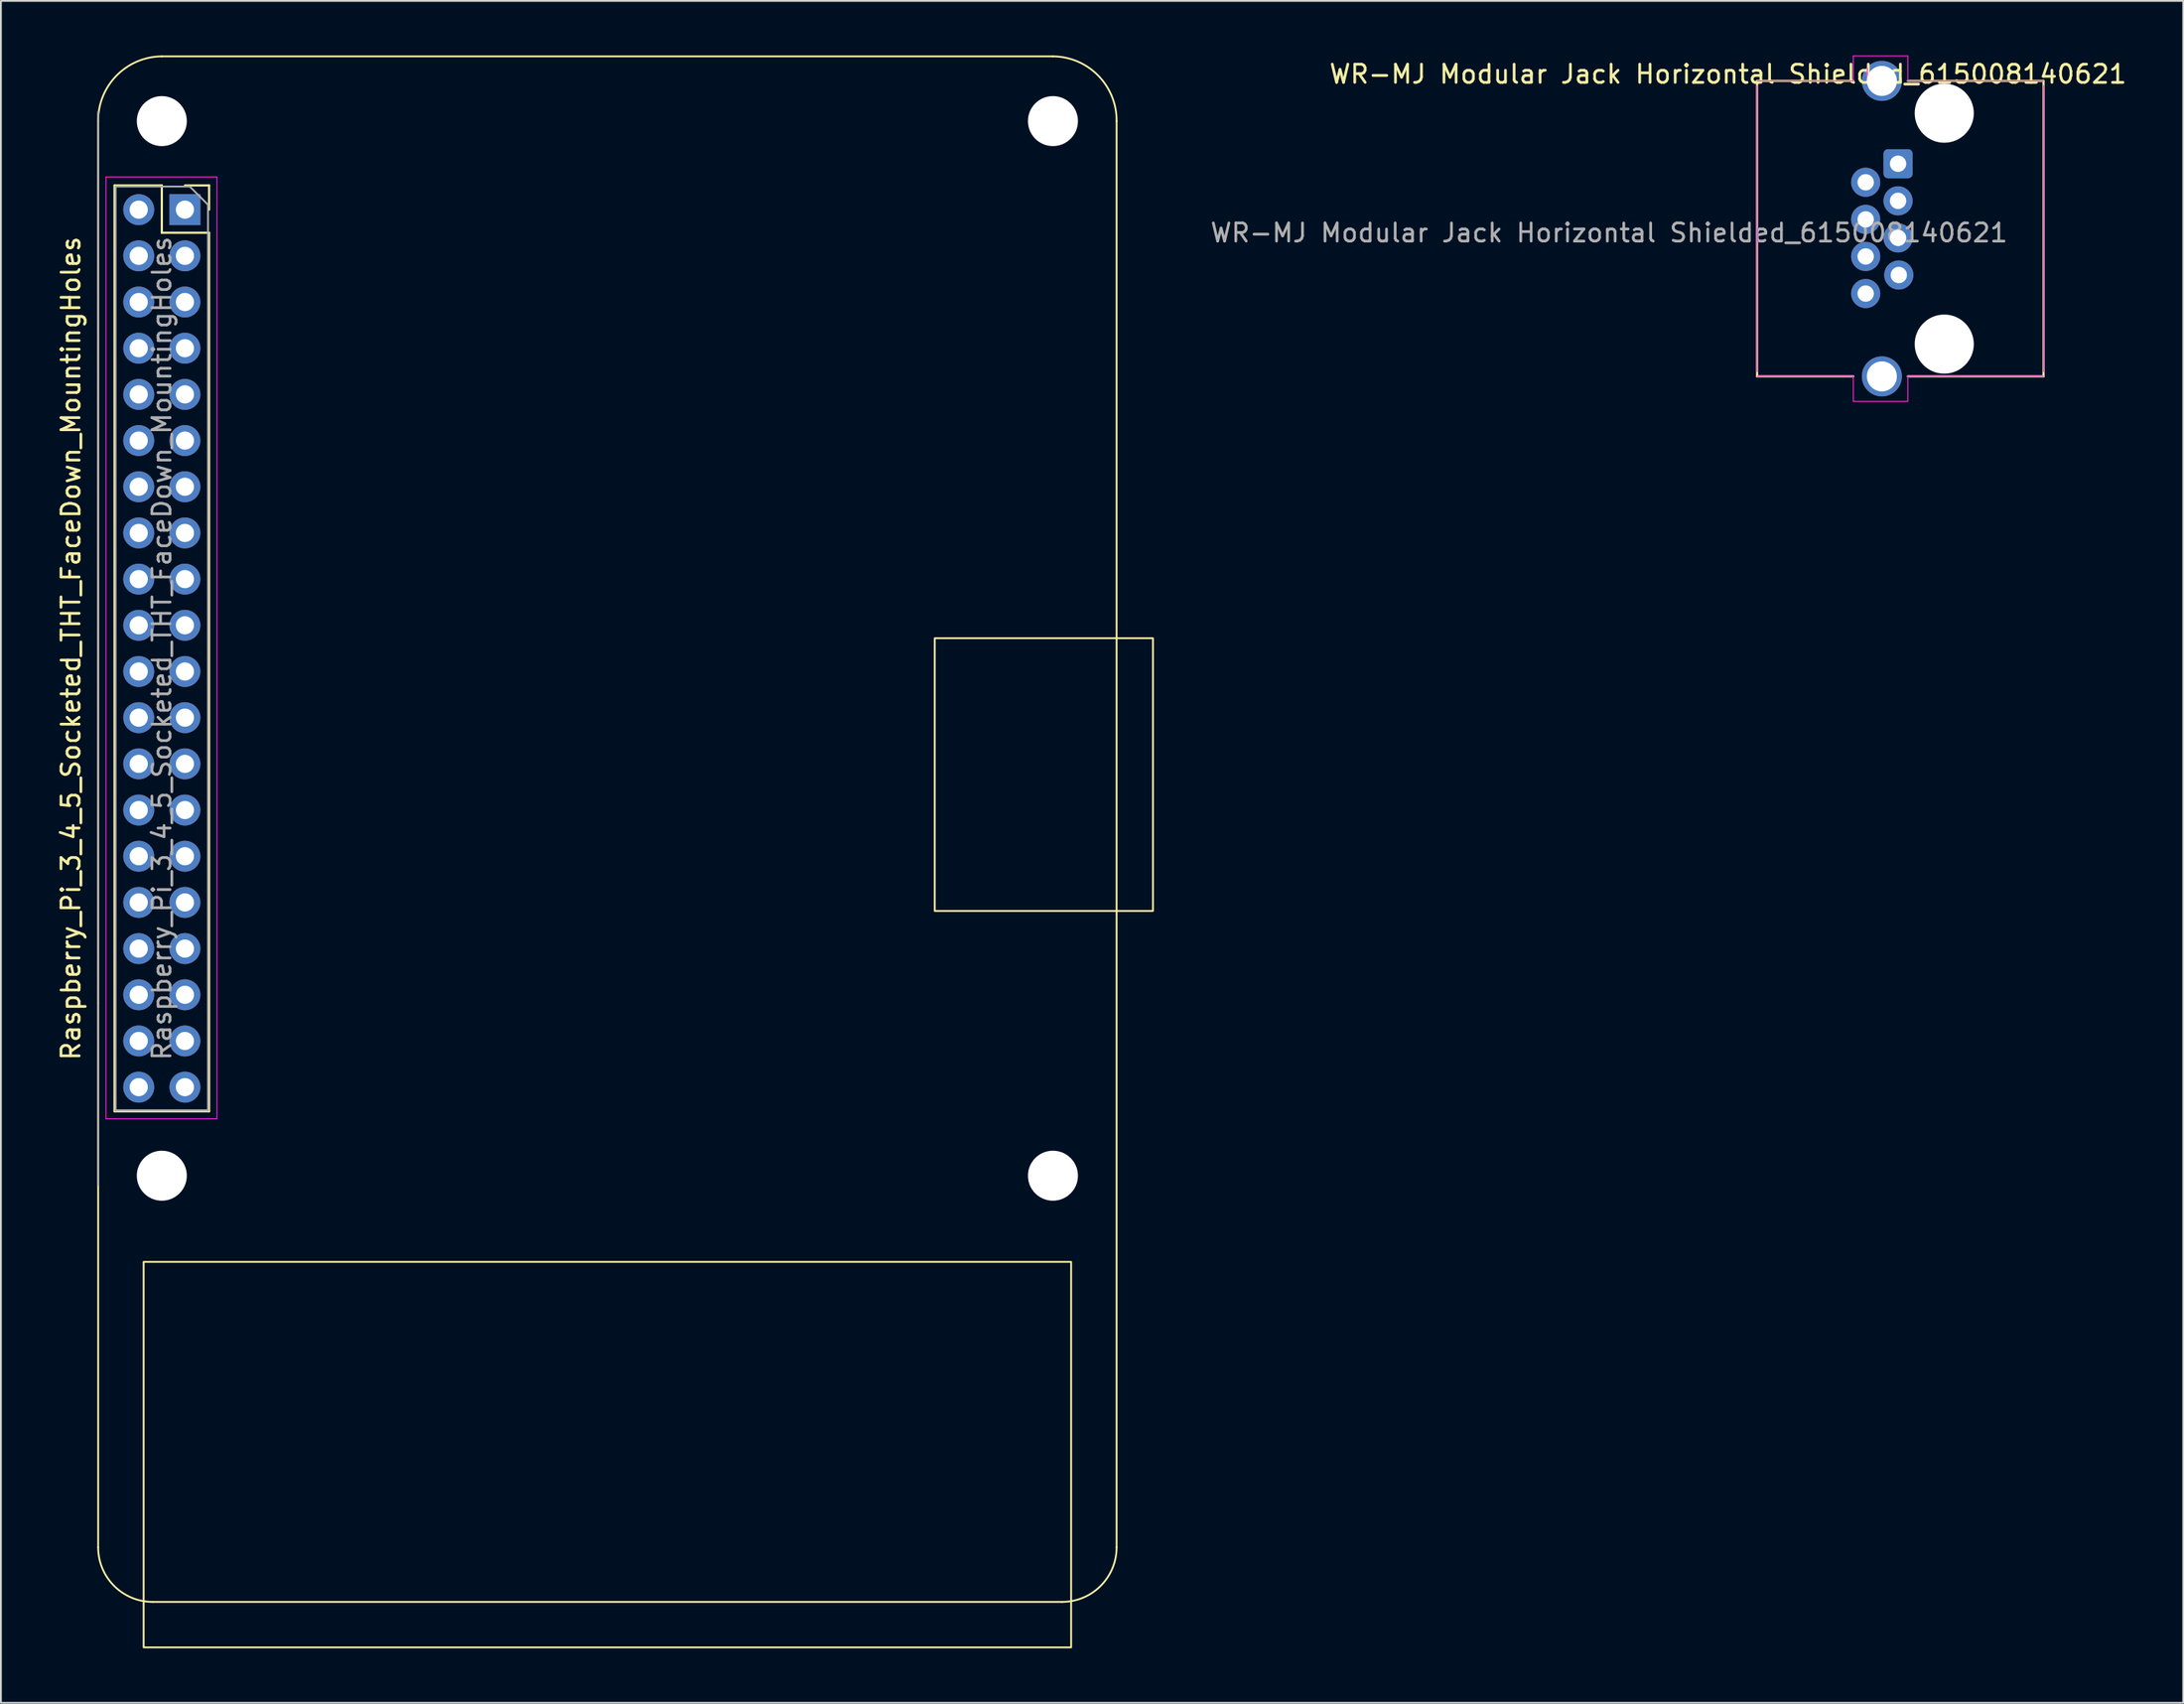
<source format=kicad_pcb>
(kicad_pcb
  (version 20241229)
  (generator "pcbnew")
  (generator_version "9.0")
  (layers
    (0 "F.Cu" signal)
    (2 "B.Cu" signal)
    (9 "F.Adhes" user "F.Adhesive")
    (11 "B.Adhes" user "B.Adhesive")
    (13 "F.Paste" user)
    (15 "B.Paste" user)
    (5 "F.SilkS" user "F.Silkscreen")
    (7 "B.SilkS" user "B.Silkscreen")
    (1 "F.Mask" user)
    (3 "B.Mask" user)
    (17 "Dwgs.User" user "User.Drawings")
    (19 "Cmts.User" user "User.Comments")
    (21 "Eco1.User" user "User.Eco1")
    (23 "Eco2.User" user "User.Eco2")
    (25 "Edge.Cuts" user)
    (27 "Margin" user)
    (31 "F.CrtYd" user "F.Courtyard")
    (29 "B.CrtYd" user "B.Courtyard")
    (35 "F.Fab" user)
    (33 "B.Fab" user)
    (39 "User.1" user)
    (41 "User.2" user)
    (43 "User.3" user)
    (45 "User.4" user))
  (footprint "Raspberry_Pi_3_4_5_Socketed_THT_FaceDown_MountingHoles"
    (layer "F.Cu")
    (at 7.118 8.48)
    (property "Reference" "Raspberry_Pi_3_4_5_Socketed_THT_FaceDown_MountingHoles" (at -6.27 24.13 90) (layer "F.SilkS") (effects (font (size 1 1) (thickness 0.15))))
    (attr through_hole)
    (fp_line (start -4.77 43.63) (end -4.77 43.63) (stroke (width 0.1) (type default)) (layer "F.SilkS"))
    (fp_line (start -4.77 73.57) (end -4.77 -4.87) (stroke (width 0.1) (type default)) (layer "F.SilkS"))
    (fp_line (start -3.87 -1.33) (end -3.87 49.59) (stroke (width 0.12) (type solid)) (layer "F.SilkS"))
    (fp_line (start -3.87 -1.33) (end -1.27 -1.33) (stroke (width 0.12) (type solid)) (layer "F.SilkS"))
    (fp_line (start -3.87 49.59) (end 1.33 49.59) (stroke (width 0.12) (type solid)) (layer "F.SilkS"))
    (fp_line (start -1.77 76.57) (end 48.23 76.57) (stroke (width 0.1) (type default)) (layer "F.SilkS"))
    (fp_line (start -1.27 -8.43) (end 47.73 -8.43) (stroke (width 0.1) (type default)) (layer "F.SilkS"))
    (fp_line (start -1.27 -1.33) (end -1.27 1.27) (stroke (width 0.12) (type solid)) (layer "F.SilkS"))
    (fp_line (start -1.27 1.27) (end 1.33 1.27) (stroke (width 0.12) (type solid)) (layer "F.SilkS"))
    (fp_line (start 0 -1.33) (end 1.33 -1.33) (stroke (width 0.12) (type solid)) (layer "F.SilkS"))
    (fp_line (start 1.33 -1.33) (end 1.33 0) (stroke (width 0.12) (type solid)) (layer "F.SilkS"))
    (fp_line (start 1.33 1.27) (end 1.33 49.59) (stroke (width 0.12) (type solid)) (layer "F.SilkS"))
    (fp_line (start 51.23 73.57) (end 51.23 -4.87) (stroke (width 0.1) (type default)) (layer "F.SilkS"))
    (fp_rect (start -2.27 57.87) (end 48.73 79.07) (stroke (width 0.1) (type default)) (fill no) (layer "F.SilkS"))
    (fp_rect (start 41.23 23.57) (end 53.23 38.57) (stroke (width 0.1) (type default)) (fill no) (layer "F.SilkS"))
    (fp_arc (start -4.77 -4.87) (mid -3.7573 -7.374874) (end -1.27 -8.43) (stroke (width 0.1) (type default)) (layer "F.SilkS"))
    (fp_arc (start -1.77 76.57) (mid -3.89132 75.69132) (end -4.77 73.57) (stroke (width 0.1) (type default)) (layer "F.SilkS"))
    (fp_arc (start 47.73 -8.43) (mid 50.2173 -7.374874) (end 51.23 -4.87) (stroke (width 0.1) (type default)) (layer "F.SilkS"))
    (fp_arc (start 51.23 73.57) (mid 50.35132 75.69132) (end 48.23 76.57) (stroke (width 0.1) (type default)) (layer "F.SilkS"))
    (fp_line (start -4.34 -1.8) (end 1.76 -1.8) (stroke (width 0.05) (type solid)) (layer "F.CrtYd"))
    (fp_line (start -4.34 50) (end -4.34 -1.8) (stroke (width 0.05) (type solid)) (layer "F.CrtYd"))
    (fp_line (start 1.76 -1.8) (end 1.76 50) (stroke (width 0.05) (type solid)) (layer "F.CrtYd"))
    (fp_line (start 1.76 50) (end -4.34 50) (stroke (width 0.05) (type solid)) (layer "F.CrtYd"))
    (fp_line (start -4.77 53.63) (end -4.77 -5.37) (stroke (width 0.1) (type solid)) (layer "F.Fab"))
    (fp_line (start -3.81 -1.27) (end 0.27 -1.27) (stroke (width 0.1) (type solid)) (layer "F.Fab"))
    (fp_line (start -3.81 49.53) (end -3.81 -1.27) (stroke (width 0.1) (type solid)) (layer "F.Fab"))
    (fp_line (start 0.27 -1.27) (end 1.27 -0.27) (stroke (width 0.1) (type solid)) (layer "F.Fab"))
    (fp_line (start 1.27 -0.27) (end 1.27 49.53) (stroke (width 0.1) (type solid)) (layer "F.Fab"))
    (fp_line (start 1.27 49.53) (end -3.81 49.53) (stroke (width 0.1) (type solid)) (layer "F.Fab"))
    (fp_text user "${REFERENCE}" (at -1.27 24.13 90) (layer "F.Fab") (effects (font (size 1 1) (thickness 0.15))))
    (pad "" np_thru_hole circle (at -1.27 -4.87 90) (size 2.75 2.75) (drill 2.75) (layers "*.Cu" "*.Mask"))
    (pad "" np_thru_hole circle (at -1.27 53.13 90) (size 2.75 2.75) (drill 2.75) (layers "*.Cu" "*.Mask"))
    (pad "" np_thru_hole circle (at 47.73 -4.87 90) (size 2.75 2.75) (drill 2.75) (layers "*.Cu" "*.Mask"))
    (pad "" np_thru_hole circle (at 47.73 53.13 90) (size 2.75 2.75) (drill 2.75) (layers "*.Cu" "*.Mask"))
    (pad "1" thru_hole rect (at 0 0) (size 1.7 1.7) (drill 1) (layers "*.Cu" "*.Mask"))
    (pad "2" thru_hole oval (at -2.54 0) (size 1.7 1.7) (drill 1) (layers "*.Cu" "*.Mask"))
    (pad "3" thru_hole oval (at 0 2.54) (size 1.7 1.7) (drill 1) (layers "*.Cu" "*.Mask"))
    (pad "4" thru_hole oval (at -2.54 2.54) (size 1.7 1.7) (drill 1) (layers "*.Cu" "*.Mask"))
    (pad "5" thru_hole oval (at 0 5.08) (size 1.7 1.7) (drill 1) (layers "*.Cu" "*.Mask"))
    (pad "6" thru_hole oval (at -2.54 5.08) (size 1.7 1.7) (drill 1) (layers "*.Cu" "*.Mask"))
    (pad "7" thru_hole oval (at 0 7.62) (size 1.7 1.7) (drill 1) (layers "*.Cu" "*.Mask"))
    (pad "8" thru_hole oval (at -2.54 7.62) (size 1.7 1.7) (drill 1) (layers "*.Cu" "*.Mask"))
    (pad "9" thru_hole oval (at 0 10.16) (size 1.7 1.7) (drill 1) (layers "*.Cu" "*.Mask"))
    (pad "10" thru_hole oval (at -2.54 10.16) (size 1.7 1.7) (drill 1) (layers "*.Cu" "*.Mask"))
    (pad "11" thru_hole oval (at 0 12.7) (size 1.7 1.7) (drill 1) (layers "*.Cu" "*.Mask"))
    (pad "12" thru_hole oval (at -2.54 12.7) (size 1.7 1.7) (drill 1) (layers "*.Cu" "*.Mask"))
    (pad "13" thru_hole oval (at 0 15.24) (size 1.7 1.7) (drill 1) (layers "*.Cu" "*.Mask"))
    (pad "14" thru_hole oval (at -2.54 15.24) (size 1.7 1.7) (drill 1) (layers "*.Cu" "*.Mask"))
    (pad "15" thru_hole oval (at 0 17.78) (size 1.7 1.7) (drill 1) (layers "*.Cu" "*.Mask"))
    (pad "16" thru_hole oval (at -2.54 17.78) (size 1.7 1.7) (drill 1) (layers "*.Cu" "*.Mask"))
    (pad "17" thru_hole oval (at 0 20.32) (size 1.7 1.7) (drill 1) (layers "*.Cu" "*.Mask"))
    (pad "18" thru_hole oval (at -2.54 20.32) (size 1.7 1.7) (drill 1) (layers "*.Cu" "*.Mask"))
    (pad "19" thru_hole oval (at 0 22.86) (size 1.7 1.7) (drill 1) (layers "*.Cu" "*.Mask"))
    (pad "20" thru_hole oval (at -2.54 22.86) (size 1.7 1.7) (drill 1) (layers "*.Cu" "*.Mask"))
    (pad "21" thru_hole oval (at 0 25.4) (size 1.7 1.7) (drill 1) (layers "*.Cu" "*.Mask"))
    (pad "22" thru_hole oval (at -2.54 25.4) (size 1.7 1.7) (drill 1) (layers "*.Cu" "*.Mask"))
    (pad "23" thru_hole oval (at 0 27.94) (size 1.7 1.7) (drill 1) (layers "*.Cu" "*.Mask"))
    (pad "24" thru_hole oval (at -2.54 27.94) (size 1.7 1.7) (drill 1) (layers "*.Cu" "*.Mask"))
    (pad "25" thru_hole oval (at 0 30.48) (size 1.7 1.7) (drill 1) (layers "*.Cu" "*.Mask"))
    (pad "26" thru_hole oval (at -2.54 30.48) (size 1.7 1.7) (drill 1) (layers "*.Cu" "*.Mask"))
    (pad "27" thru_hole oval (at 0 33.02) (size 1.7 1.7) (drill 1) (layers "*.Cu" "*.Mask"))
    (pad "28" thru_hole oval (at -2.54 33.02) (size 1.7 1.7) (drill 1) (layers "*.Cu" "*.Mask"))
    (pad "29" thru_hole oval (at 0 35.56) (size 1.7 1.7) (drill 1) (layers "*.Cu" "*.Mask"))
    (pad "30" thru_hole oval (at -2.54 35.56) (size 1.7 1.7) (drill 1) (layers "*.Cu" "*.Mask"))
    (pad "31" thru_hole oval (at 0 38.1) (size 1.7 1.7) (drill 1) (layers "*.Cu" "*.Mask"))
    (pad "32" thru_hole oval (at -2.54 38.1) (size 1.7 1.7) (drill 1) (layers "*.Cu" "*.Mask"))
    (pad "33" thru_hole oval (at 0 40.64) (size 1.7 1.7) (drill 1) (layers "*.Cu" "*.Mask"))
    (pad "34" thru_hole oval (at -2.54 40.64) (size 1.7 1.7) (drill 1) (layers "*.Cu" "*.Mask"))
    (pad "35" thru_hole oval (at 0 43.18) (size 1.7 1.7) (drill 1) (layers "*.Cu" "*.Mask"))
    (pad "36" thru_hole oval (at -2.54 43.18) (size 1.7 1.7) (drill 1) (layers "*.Cu" "*.Mask"))
    (pad "37" thru_hole oval (at 0 45.72) (size 1.7 1.7) (drill 1) (layers "*.Cu" "*.Mask"))
    (pad "38" thru_hole oval (at -2.54 45.72) (size 1.7 1.7) (drill 1) (layers "*.Cu" "*.Mask"))
    (pad "39" thru_hole oval (at 0 48.26) (size 1.7 1.7) (drill 1) (layers "*.Cu" "*.Mask"))
    (pad "40" thru_hole oval (at -2.54 48.26) (size 1.7 1.7) (drill 1) (layers "*.Cu" "*.Mask")))
  (footprint "WR-MJ Modular Jack Horizontal Shielded_615008140621"
    (layer "F.Cu")
    (at 103.858 9.525)
    (property "Reference" "WR-MJ Modular Jack Horizontal Shielded_615008140621" (at -11.89 -8.5 0) (layer "F.SilkS") (effects (font (size 1 1) (thickness 0.15))))
    (attr through_hole)
    (fp_line (start -10.29 -8.125) (end -10.29 8.125) (stroke (width 0.12) (type solid)) (layer "F.SilkS"))
    (fp_line (start -10.29 8.125) (end -5 8.125) (stroke (width 0.12) (type solid)) (layer "F.SilkS"))
    (fp_line (start -5 -8.125) (end -10.29 -8.125) (stroke (width 0.12) (type solid)) (layer "F.SilkS"))
    (fp_line (start -2 8.125) (end 5.46 8.125) (stroke (width 0.12) (type solid)) (layer "F.SilkS"))
    (fp_line (start 5.46 -8.125) (end -2 -8.125) (stroke (width 0.12) (type solid)) (layer "F.SilkS"))
    (fp_line (start 5.46 8.125) (end 5.46 -8.125) (stroke (width 0.12) (type solid)) (layer "F.SilkS"))
    (fp_line (start -10.29 -7.875) (end -10.29 7.875) (stroke (width 0.05) (type solid)) (layer "F.CrtYd"))
    (fp_line (start -5 -9.5) (end -5 -8.125) (stroke (width 0.05) (type solid)) (layer "F.CrtYd"))
    (fp_line (start -5 -8.125) (end -10.29 -8.125) (stroke (width 0.05) (type solid)) (layer "F.CrtYd"))
    (fp_line (start -5 8.125) (end -10.29 8.125) (stroke (width 0.05) (type solid)) (layer "F.CrtYd"))
    (fp_line (start -5 8.125) (end -5 9.5) (stroke (width 0.05) (type solid)) (layer "F.CrtYd"))
    (fp_line (start -4.23 -8.83) (end -4.23 -8.16) (stroke (width 0.05) (type solid)) (layer "F.CrtYd"))
    (fp_line (start -2 -9.5) (end -5 -9.5) (stroke (width 0.05) (type solid)) (layer "F.CrtYd"))
    (fp_line (start -2 -8.125) (end -2 -9.5) (stroke (width 0.05) (type solid)) (layer "F.CrtYd"))
    (fp_line (start -2 8.125) (end -2 9.5) (stroke (width 0.05) (type solid)) (layer "F.CrtYd"))
    (fp_line (start -2 9.5) (end -5 9.5) (stroke (width 0.05) (type solid)) (layer "F.CrtYd"))
    (fp_line (start 5.46 -8.125) (end -2 -8.125) (stroke (width 0.05) (type solid)) (layer "F.CrtYd"))
    (fp_line (start 5.46 7.875) (end 5.46 -7.875) (stroke (width 0.05) (type solid)) (layer "F.CrtYd"))
    (fp_line (start 5.46 8.125) (end -2 8.125) (stroke (width 0.05) (type solid)) (layer "F.CrtYd"))
    (fp_text user "${REFERENCE}" (at -18.43 0.23 180) (layer "F.Fab") (effects (font (size 1 1) (thickness 0.15))))
    (pad "" np_thru_hole circle (at 0 -6.35 90) (size 3.25 3.25) (drill 3.25) (layers "*.Cu" "*.Mask"))
    (pad "" np_thru_hole circle (at 0 6.35 90) (size 3.25 3.25) (drill 3.25) (layers "*.Cu" "*.Mask"))
    (pad "1" thru_hole roundrect (at -2.54 -3.57 90) (size 1.6 1.6) (drill 0.9) (layers "*.Cu" "*.Mask") (roundrect_rratio 0.155))
    (pad "2" thru_hole circle (at -4.32 -2.55 90) (size 1.6 1.6) (drill 0.9) (layers "*.Cu" "*.Mask"))
    (pad "3" thru_hole circle (at -2.54 -1.53 90) (size 1.6 1.6) (drill 0.9) (layers "*.Cu" "*.Mask"))
    (pad "4" thru_hole circle (at -4.32 -0.51 90) (size 1.6 1.6) (drill 0.9) (layers "*.Cu" "*.Mask"))
    (pad "5" thru_hole circle (at -2.54 0.51 90) (size 1.6 1.6) (drill 0.9) (layers "*.Cu" "*.Mask"))
    (pad "6" thru_hole circle (at -4.32 1.53 90) (size 1.6 1.6) (drill 0.9) (layers "*.Cu" "*.Mask"))
    (pad "7" thru_hole circle (at -2.5 2.55 90) (size 1.6 1.6) (drill 0.9) (layers "*.Cu" "*.Mask"))
    (pad "8" thru_hole circle (at -4.32 3.57 90) (size 1.6 1.6) (drill 0.9) (layers "*.Cu" "*.Mask"))
    (pad "SH" thru_hole circle (at -3.43 -8.125 90) (size 2.2 2.2) (drill 1.65) (layers "*.Cu" "*.Mask"))
    (pad "SH" thru_hole circle (at -3.43 8.125 90) (size 2.2 2.2) (drill 1.65) (layers "*.Cu" "*.Mask")))
  (gr_rect
    (start -3 -3)
    (end 116.998 90.6)
    (stroke (width 0.1) (type default))
    (fill no)
    (layer "Edge.Cuts")))
</source>
